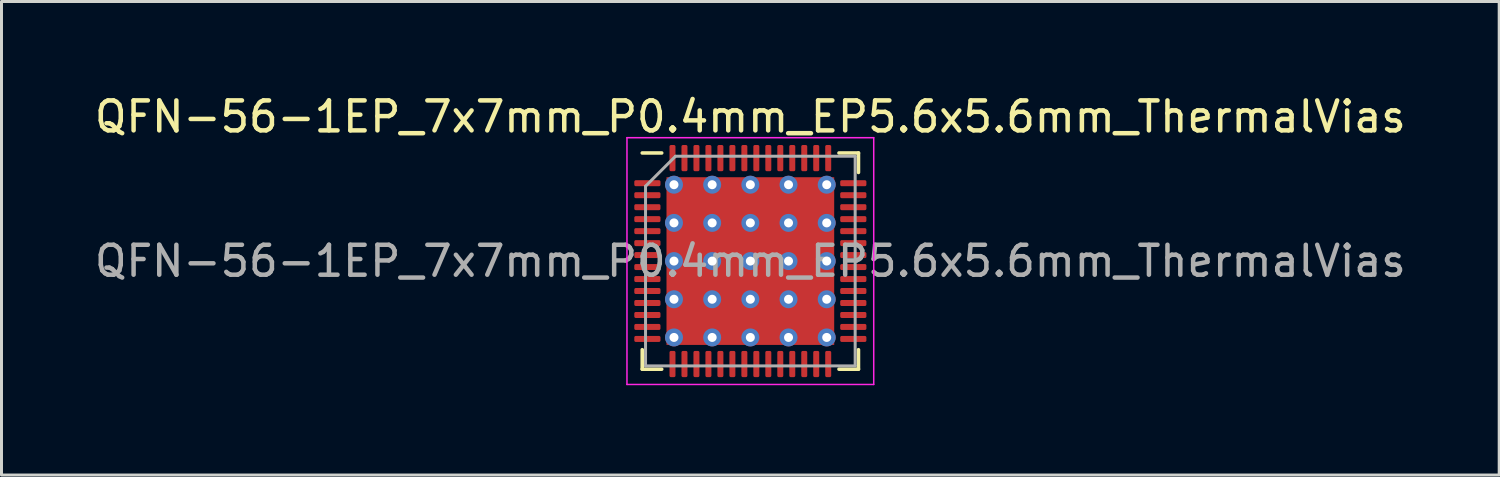
<source format=kicad_pcb>
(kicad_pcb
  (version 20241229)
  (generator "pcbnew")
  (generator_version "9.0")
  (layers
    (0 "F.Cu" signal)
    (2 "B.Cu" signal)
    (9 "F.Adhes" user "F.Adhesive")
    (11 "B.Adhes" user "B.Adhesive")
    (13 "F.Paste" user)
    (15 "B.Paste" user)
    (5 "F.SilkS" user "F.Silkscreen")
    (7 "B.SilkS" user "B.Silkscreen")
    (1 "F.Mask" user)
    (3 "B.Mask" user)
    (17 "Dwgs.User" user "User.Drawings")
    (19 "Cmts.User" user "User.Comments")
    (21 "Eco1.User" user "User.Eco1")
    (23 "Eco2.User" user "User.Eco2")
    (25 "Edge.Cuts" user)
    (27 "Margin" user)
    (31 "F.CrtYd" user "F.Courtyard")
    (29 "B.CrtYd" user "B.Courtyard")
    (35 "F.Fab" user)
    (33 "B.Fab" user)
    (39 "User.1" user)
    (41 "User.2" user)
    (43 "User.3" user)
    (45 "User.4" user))
  (footprint "QFN-56-1EP_7x7mm_P0.4mm_EP5.6x5.6mm_ThermalVias"
    (layer "F.Cu")
    (at 22.006 5.668)
    (property "Reference" "QFN-56-1EP_7x7mm_P0.4mm_EP5.6x5.6mm_ThermalVias" (at 0 -4.82 0) (layer "F.SilkS") (effects (font (size 1 1) (thickness 0.15))))
    (attr smd)
    (fp_line (start -3.61 3.61) (end -3.61 2.96) (stroke (width 0.12) (type solid)) (layer "F.SilkS"))
    (fp_line (start -2.96 -3.61) (end -3.61 -3.61) (stroke (width 0.12) (type solid)) (layer "F.SilkS"))
    (fp_line (start -2.96 3.61) (end -3.61 3.61) (stroke (width 0.12) (type solid)) (layer "F.SilkS"))
    (fp_line (start 2.96 -3.61) (end 3.61 -3.61) (stroke (width 0.12) (type solid)) (layer "F.SilkS"))
    (fp_line (start 2.96 3.61) (end 3.61 3.61) (stroke (width 0.12) (type solid)) (layer "F.SilkS"))
    (fp_line (start 3.61 -3.61) (end 3.61 -2.96) (stroke (width 0.12) (type solid)) (layer "F.SilkS"))
    (fp_line (start 3.61 3.61) (end 3.61 2.96) (stroke (width 0.12) (type solid)) (layer "F.SilkS"))
    (fp_line (start -4.12 -4.12) (end -4.12 4.12) (stroke (width 0.05) (type solid)) (layer "F.CrtYd"))
    (fp_line (start -4.12 4.12) (end 4.12 4.12) (stroke (width 0.05) (type solid)) (layer "F.CrtYd"))
    (fp_line (start 4.12 -4.12) (end -4.12 -4.12) (stroke (width 0.05) (type solid)) (layer "F.CrtYd"))
    (fp_line (start 4.12 4.12) (end 4.12 -4.12) (stroke (width 0.05) (type solid)) (layer "F.CrtYd"))
    (fp_line (start -3.5 -2.5) (end -2.5 -3.5) (stroke (width 0.1) (type solid)) (layer "F.Fab"))
    (fp_line (start -3.5 3.5) (end -3.5 -2.5) (stroke (width 0.1) (type solid)) (layer "F.Fab"))
    (fp_line (start -2.5 -3.5) (end 3.5 -3.5) (stroke (width 0.1) (type solid)) (layer "F.Fab"))
    (fp_line (start 3.5 -3.5) (end 3.5 3.5) (stroke (width 0.1) (type solid)) (layer "F.Fab"))
    (fp_line (start 3.5 3.5) (end -3.5 3.5) (stroke (width 0.1) (type solid)) (layer "F.Fab"))
    (fp_text user "${REFERENCE}" (at 0 0 0) (layer "F.Fab") (effects (font (size 1 1) (thickness 0.15))))
    (pad "" smd roundrect (at -1.913 -1.913) (size 1.084 1.084) (layers "F.Paste") (roundrect_rratio 0.231))
    (pad "" smd roundrect (at -1.913 -0.637) (size 1.084 1.084) (layers "F.Paste") (roundrect_rratio 0.231))
    (pad "" smd roundrect (at -1.913 0.637) (size 1.084 1.084) (layers "F.Paste") (roundrect_rratio 0.231))
    (pad "" smd roundrect (at -1.913 1.913) (size 1.084 1.084) (layers "F.Paste") (roundrect_rratio 0.231))
    (pad "" smd roundrect (at -0.637 -1.913) (size 1.084 1.084) (layers "F.Paste") (roundrect_rratio 0.231))
    (pad "" smd roundrect (at -0.637 -0.637) (size 1.084 1.084) (layers "F.Paste") (roundrect_rratio 0.231))
    (pad "" smd roundrect (at -0.637 0.637) (size 1.084 1.084) (layers "F.Paste") (roundrect_rratio 0.231))
    (pad "" smd roundrect (at -0.637 1.913) (size 1.084 1.084) (layers "F.Paste") (roundrect_rratio 0.231))
    (pad "" smd roundrect (at 0.637 -1.913) (size 1.084 1.084) (layers "F.Paste") (roundrect_rratio 0.231))
    (pad "" smd roundrect (at 0.637 -0.637) (size 1.084 1.084) (layers "F.Paste") (roundrect_rratio 0.231))
    (pad "" smd roundrect (at 0.637 0.637) (size 1.084 1.084) (layers "F.Paste") (roundrect_rratio 0.231))
    (pad "" smd roundrect (at 0.637 1.913) (size 1.084 1.084) (layers "F.Paste") (roundrect_rratio 0.231))
    (pad "" smd roundrect (at 1.913 -1.913) (size 1.084 1.084) (layers "F.Paste") (roundrect_rratio 0.231))
    (pad "" smd roundrect (at 1.913 -0.637) (size 1.084 1.084) (layers "F.Paste") (roundrect_rratio 0.231))
    (pad "" smd roundrect (at 1.913 0.637) (size 1.084 1.084) (layers "F.Paste") (roundrect_rratio 0.231))
    (pad "" smd roundrect (at 1.913 1.913) (size 1.084 1.084) (layers "F.Paste") (roundrect_rratio 0.231))
    (pad "1" smd roundrect (at -3.438 -2.6) (size 0.875 0.2) (layers "F.Cu" "F.Mask" "F.Paste") (roundrect_rratio 0.25))
    (pad "2" smd roundrect (at -3.438 -2.2) (size 0.875 0.2) (layers "F.Cu" "F.Mask" "F.Paste") (roundrect_rratio 0.25))
    (pad "3" smd roundrect (at -3.438 -1.8) (size 0.875 0.2) (layers "F.Cu" "F.Mask" "F.Paste") (roundrect_rratio 0.25))
    (pad "4" smd roundrect (at -3.438 -1.4) (size 0.875 0.2) (layers "F.Cu" "F.Mask" "F.Paste") (roundrect_rratio 0.25))
    (pad "5" smd roundrect (at -3.438 -1) (size 0.875 0.2) (layers "F.Cu" "F.Mask" "F.Paste") (roundrect_rratio 0.25))
    (pad "6" smd roundrect (at -3.438 -0.6) (size 0.875 0.2) (layers "F.Cu" "F.Mask" "F.Paste") (roundrect_rratio 0.25))
    (pad "7" smd roundrect (at -3.438 -0.2) (size 0.875 0.2) (layers "F.Cu" "F.Mask" "F.Paste") (roundrect_rratio 0.25))
    (pad "8" smd roundrect (at -3.438 0.2) (size 0.875 0.2) (layers "F.Cu" "F.Mask" "F.Paste") (roundrect_rratio 0.25))
    (pad "9" smd roundrect (at -3.438 0.6) (size 0.875 0.2) (layers "F.Cu" "F.Mask" "F.Paste") (roundrect_rratio 0.25))
    (pad "10" smd roundrect (at -3.438 1) (size 0.875 0.2) (layers "F.Cu" "F.Mask" "F.Paste") (roundrect_rratio 0.25))
    (pad "11" smd roundrect (at -3.438 1.4) (size 0.875 0.2) (layers "F.Cu" "F.Mask" "F.Paste") (roundrect_rratio 0.25))
    (pad "12" smd roundrect (at -3.438 1.8) (size 0.875 0.2) (layers "F.Cu" "F.Mask" "F.Paste") (roundrect_rratio 0.25))
    (pad "13" smd roundrect (at -3.438 2.2) (size 0.875 0.2) (layers "F.Cu" "F.Mask" "F.Paste") (roundrect_rratio 0.25))
    (pad "14" smd roundrect (at -3.438 2.6) (size 0.875 0.2) (layers "F.Cu" "F.Mask" "F.Paste") (roundrect_rratio 0.25))
    (pad "15" smd roundrect (at -2.6 3.438) (size 0.2 0.875) (layers "F.Cu" "F.Mask" "F.Paste") (roundrect_rratio 0.25))
    (pad "16" smd roundrect (at -2.2 3.438) (size 0.2 0.875) (layers "F.Cu" "F.Mask" "F.Paste") (roundrect_rratio 0.25))
    (pad "17" smd roundrect (at -1.8 3.438) (size 0.2 0.875) (layers "F.Cu" "F.Mask" "F.Paste") (roundrect_rratio 0.25))
    (pad "18" smd roundrect (at -1.4 3.438) (size 0.2 0.875) (layers "F.Cu" "F.Mask" "F.Paste") (roundrect_rratio 0.25))
    (pad "19" smd roundrect (at -1 3.438) (size 0.2 0.875) (layers "F.Cu" "F.Mask" "F.Paste") (roundrect_rratio 0.25))
    (pad "20" smd roundrect (at -0.6 3.438) (size 0.2 0.875) (layers "F.Cu" "F.Mask" "F.Paste") (roundrect_rratio 0.25))
    (pad "21" smd roundrect (at -0.2 3.438) (size 0.2 0.875) (layers "F.Cu" "F.Mask" "F.Paste") (roundrect_rratio 0.25))
    (pad "22" smd roundrect (at 0.2 3.438) (size 0.2 0.875) (layers "F.Cu" "F.Mask" "F.Paste") (roundrect_rratio 0.25))
    (pad "23" smd roundrect (at 0.6 3.438) (size 0.2 0.875) (layers "F.Cu" "F.Mask" "F.Paste") (roundrect_rratio 0.25))
    (pad "24" smd roundrect (at 1 3.438) (size 0.2 0.875) (layers "F.Cu" "F.Mask" "F.Paste") (roundrect_rratio 0.25))
    (pad "25" smd roundrect (at 1.4 3.438) (size 0.2 0.875) (layers "F.Cu" "F.Mask" "F.Paste") (roundrect_rratio 0.25))
    (pad "26" smd roundrect (at 1.8 3.438) (size 0.2 0.875) (layers "F.Cu" "F.Mask" "F.Paste") (roundrect_rratio 0.25))
    (pad "27" smd roundrect (at 2.2 3.438) (size 0.2 0.875) (layers "F.Cu" "F.Mask" "F.Paste") (roundrect_rratio 0.25))
    (pad "28" smd roundrect (at 2.6 3.438) (size 0.2 0.875) (layers "F.Cu" "F.Mask" "F.Paste") (roundrect_rratio 0.25))
    (pad "29" smd roundrect (at 3.438 2.6) (size 0.875 0.2) (layers "F.Cu" "F.Mask" "F.Paste") (roundrect_rratio 0.25))
    (pad "30" smd roundrect (at 3.438 2.2) (size 0.875 0.2) (layers "F.Cu" "F.Mask" "F.Paste") (roundrect_rratio 0.25))
    (pad "31" smd roundrect (at 3.438 1.8) (size 0.875 0.2) (layers "F.Cu" "F.Mask" "F.Paste") (roundrect_rratio 0.25))
    (pad "32" smd roundrect (at 3.438 1.4) (size 0.875 0.2) (layers "F.Cu" "F.Mask" "F.Paste") (roundrect_rratio 0.25))
    (pad "33" smd roundrect (at 3.438 1) (size 0.875 0.2) (layers "F.Cu" "F.Mask" "F.Paste") (roundrect_rratio 0.25))
    (pad "34" smd roundrect (at 3.438 0.6) (size 0.875 0.2) (layers "F.Cu" "F.Mask" "F.Paste") (roundrect_rratio 0.25))
    (pad "35" smd roundrect (at 3.438 0.2) (size 0.875 0.2) (layers "F.Cu" "F.Mask" "F.Paste") (roundrect_rratio 0.25))
    (pad "36" smd roundrect (at 3.438 -0.2) (size 0.875 0.2) (layers "F.Cu" "F.Mask" "F.Paste") (roundrect_rratio 0.25))
    (pad "37" smd roundrect (at 3.438 -0.6) (size 0.875 0.2) (layers "F.Cu" "F.Mask" "F.Paste") (roundrect_rratio 0.25))
    (pad "38" smd roundrect (at 3.438 -1) (size 0.875 0.2) (layers "F.Cu" "F.Mask" "F.Paste") (roundrect_rratio 0.25))
    (pad "39" smd roundrect (at 3.438 -1.4) (size 0.875 0.2) (layers "F.Cu" "F.Mask" "F.Paste") (roundrect_rratio 0.25))
    (pad "40" smd roundrect (at 3.438 -1.8) (size 0.875 0.2) (layers "F.Cu" "F.Mask" "F.Paste") (roundrect_rratio 0.25))
    (pad "41" smd roundrect (at 3.438 -2.2) (size 0.875 0.2) (layers "F.Cu" "F.Mask" "F.Paste") (roundrect_rratio 0.25))
    (pad "42" smd roundrect (at 3.438 -2.6) (size 0.875 0.2) (layers "F.Cu" "F.Mask" "F.Paste") (roundrect_rratio 0.25))
    (pad "43" smd roundrect (at 2.6 -3.438) (size 0.2 0.875) (layers "F.Cu" "F.Mask" "F.Paste") (roundrect_rratio 0.25))
    (pad "44" smd roundrect (at 2.2 -3.438) (size 0.2 0.875) (layers "F.Cu" "F.Mask" "F.Paste") (roundrect_rratio 0.25))
    (pad "45" smd roundrect (at 1.8 -3.438) (size 0.2 0.875) (layers "F.Cu" "F.Mask" "F.Paste") (roundrect_rratio 0.25))
    (pad "46" smd roundrect (at 1.4 -3.438) (size 0.2 0.875) (layers "F.Cu" "F.Mask" "F.Paste") (roundrect_rratio 0.25))
    (pad "47" smd roundrect (at 1 -3.438) (size 0.2 0.875) (layers "F.Cu" "F.Mask" "F.Paste") (roundrect_rratio 0.25))
    (pad "48" smd roundrect (at 0.6 -3.438) (size 0.2 0.875) (layers "F.Cu" "F.Mask" "F.Paste") (roundrect_rratio 0.25))
    (pad "49" smd roundrect (at 0.2 -3.438) (size 0.2 0.875) (layers "F.Cu" "F.Mask" "F.Paste") (roundrect_rratio 0.25))
    (pad "50" smd roundrect (at -0.2 -3.438) (size 0.2 0.875) (layers "F.Cu" "F.Mask" "F.Paste") (roundrect_rratio 0.25))
    (pad "51" smd roundrect (at -0.6 -3.438) (size 0.2 0.875) (layers "F.Cu" "F.Mask" "F.Paste") (roundrect_rratio 0.25))
    (pad "52" smd roundrect (at -1 -3.438) (size 0.2 0.875) (layers "F.Cu" "F.Mask" "F.Paste") (roundrect_rratio 0.25))
    (pad "53" smd roundrect (at -1.4 -3.438) (size 0.2 0.875) (layers "F.Cu" "F.Mask" "F.Paste") (roundrect_rratio 0.25))
    (pad "54" smd roundrect (at -1.8 -3.438) (size 0.2 0.875) (layers "F.Cu" "F.Mask" "F.Paste") (roundrect_rratio 0.25))
    (pad "55" smd roundrect (at -2.2 -3.438) (size 0.2 0.875) (layers "F.Cu" "F.Mask" "F.Paste") (roundrect_rratio 0.25))
    (pad "56" smd roundrect (at -2.6 -3.438) (size 0.2 0.875) (layers "F.Cu" "F.Mask" "F.Paste") (roundrect_rratio 0.25))
    (pad "57" thru_hole circle (at -2.55 -2.55) (size 0.6 0.6) (drill 0.3) (layers "*.Cu"))
    (pad "57" thru_hole circle (at -2.55 -1.275) (size 0.6 0.6) (drill 0.3) (layers "*.Cu"))
    (pad "57" thru_hole circle (at -2.55 0) (size 0.6 0.6) (drill 0.3) (layers "*.Cu"))
    (pad "57" thru_hole circle (at -2.55 1.275) (size 0.6 0.6) (drill 0.3) (layers "*.Cu"))
    (pad "57" thru_hole circle (at -2.55 2.55) (size 0.6 0.6) (drill 0.3) (layers "*.Cu"))
    (pad "57" thru_hole circle (at -1.275 -2.55) (size 0.6 0.6) (drill 0.3) (layers "*.Cu"))
    (pad "57" thru_hole circle (at -1.275 -1.275) (size 0.6 0.6) (drill 0.3) (layers "*.Cu"))
    (pad "57" thru_hole circle (at -1.275 0) (size 0.6 0.6) (drill 0.3) (layers "*.Cu"))
    (pad "57" thru_hole circle (at -1.275 1.275) (size 0.6 0.6) (drill 0.3) (layers "*.Cu"))
    (pad "57" thru_hole circle (at -1.275 2.55) (size 0.6 0.6) (drill 0.3) (layers "*.Cu"))
    (pad "57" thru_hole circle (at 0 -2.55) (size 0.6 0.6) (drill 0.3) (layers "*.Cu"))
    (pad "57" thru_hole circle (at 0 -1.275) (size 0.6 0.6) (drill 0.3) (layers "*.Cu"))
    (pad "57" thru_hole circle (at 0 0) (size 0.6 0.6) (drill 0.3) (layers "*.Cu"))
    (pad "57" smd rect (at 0 0) (size 5.6 5.6) (layers "F.Cu" "F.Mask"))
    (pad "57" thru_hole circle (at 0 1.275) (size 0.6 0.6) (drill 0.3) (layers "*.Cu"))
    (pad "57" thru_hole circle (at 0 2.55) (size 0.6 0.6) (drill 0.3) (layers "*.Cu"))
    (pad "57" thru_hole circle (at 1.275 -2.55) (size 0.6 0.6) (drill 0.3) (layers "*.Cu"))
    (pad "57" thru_hole circle (at 1.275 -1.275) (size 0.6 0.6) (drill 0.3) (layers "*.Cu"))
    (pad "57" thru_hole circle (at 1.275 0) (size 0.6 0.6) (drill 0.3) (layers "*.Cu"))
    (pad "57" thru_hole circle (at 1.275 1.275) (size 0.6 0.6) (drill 0.3) (layers "*.Cu"))
    (pad "57" thru_hole circle (at 1.275 2.55) (size 0.6 0.6) (drill 0.3) (layers "*.Cu"))
    (pad "57" thru_hole circle (at 2.55 -2.55) (size 0.6 0.6) (drill 0.3) (layers "*.Cu"))
    (pad "57" thru_hole circle (at 2.55 -1.275) (size 0.6 0.6) (drill 0.3) (layers "*.Cu"))
    (pad "57" thru_hole circle (at 2.55 0) (size 0.6 0.6) (drill 0.3) (layers "*.Cu"))
    (pad "57" thru_hole circle (at 2.55 1.275) (size 0.6 0.6) (drill 0.3) (layers "*.Cu"))
    (pad "57" thru_hole circle (at 2.55 2.55) (size 0.6 0.6) (drill 0.3) (layers "*.Cu")))
  (gr_rect
    (start -3 -3)
    (end 47.012 12.813)
    (stroke (width 0.1) (type default))
    (fill no)
    (layer "Edge.Cuts")))
</source>
